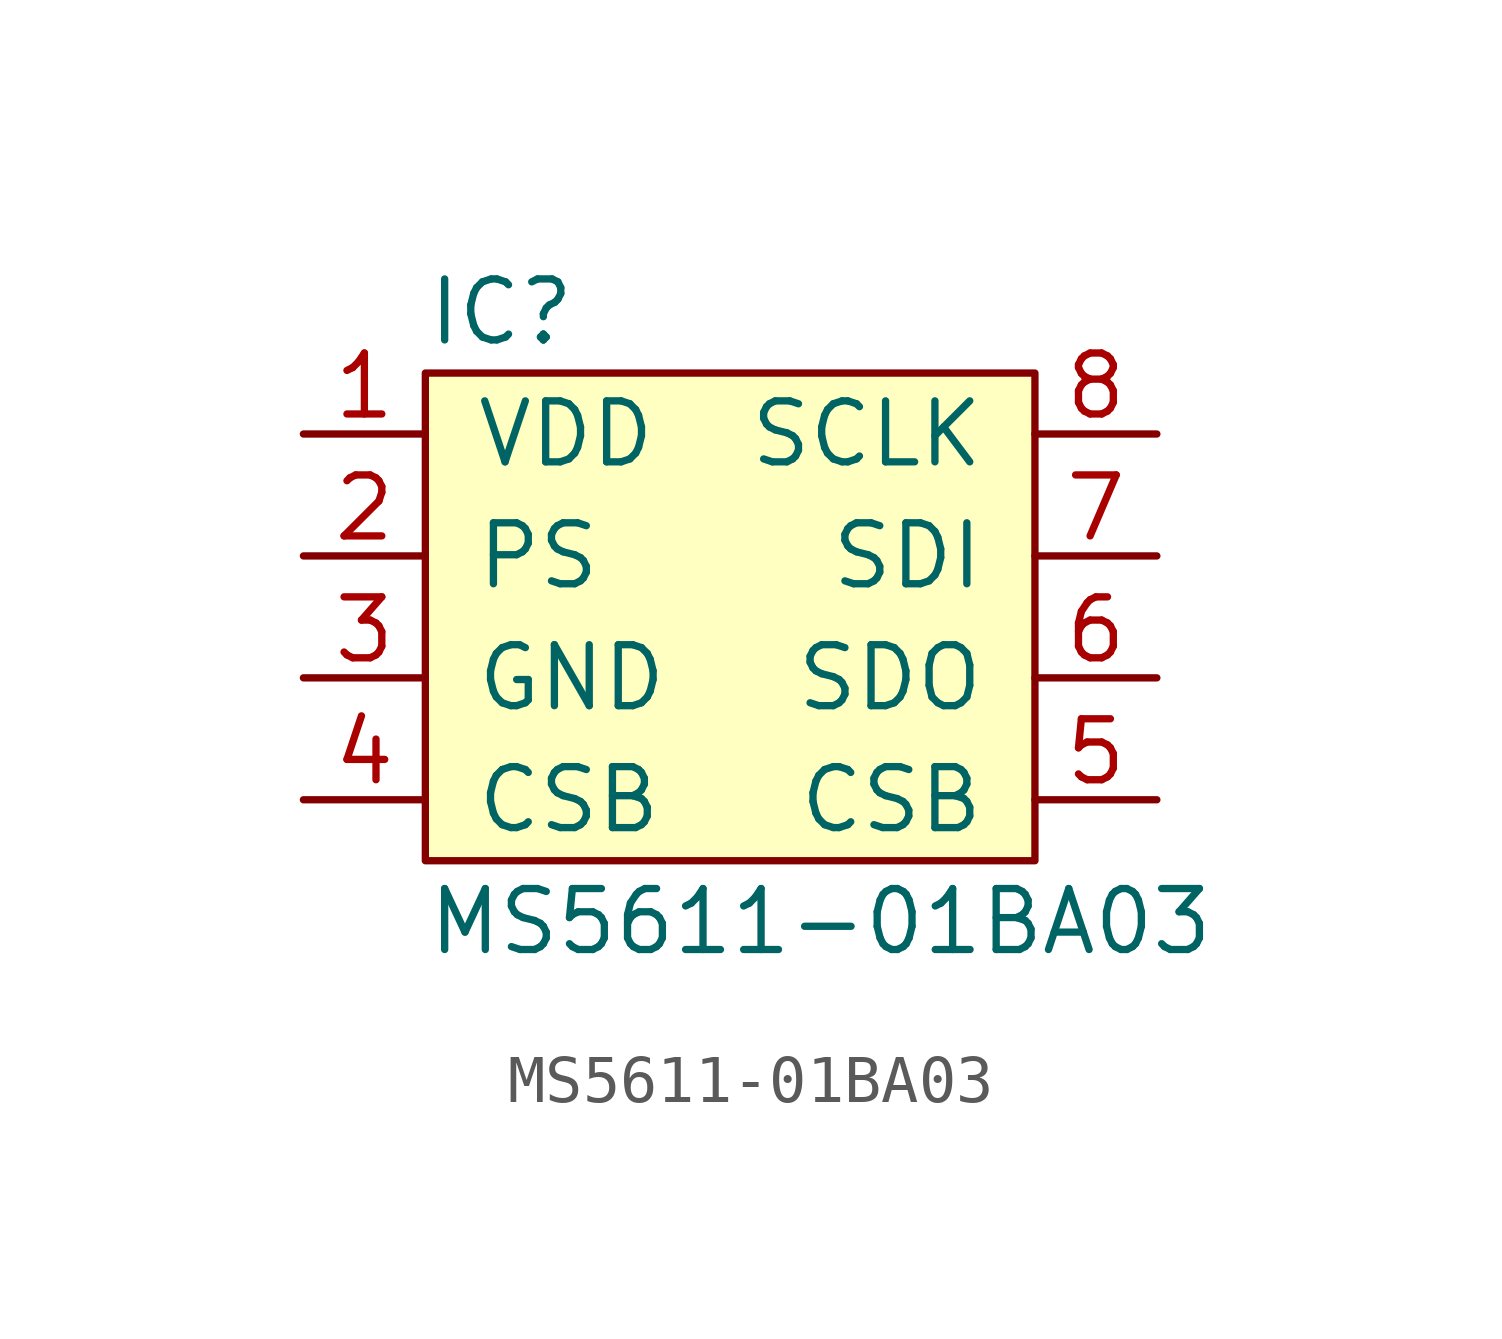
<source format=kicad_sym>
(kicad_symbol_lib
  (version 20211014)
  (generator kicad_symbol_editor)
  (symbol "MS5611-01BA03"
    (pin_names
      (offset 1.016))
    (property "Reference" "IC"
      (at -5.08 5.08 0)
      (effects (font (size 1.27 1.27)) (justify left)))
    (property "Value" "MS5611-01BA03"
      (at -5.08 -7.62 0)
      (effects (font (size 1.27 1.27)) (justify left)))
    (symbol "MS5611-01BA03_0_1"
      (rectangle (start -5.08 3.81) (end 7.62 -6.35) (stroke (width 0) (type default) (color 0 0 0 0)) (fill (type background))))
    (symbol "MS5611-01BA03_1_1"
      (pin power_in line (at -7.62 2.54 0) (length 2.54) (name "VDD" (effects (font (size 1.27 1.27)))) (number "1" (effects (font (size 1.27 1.27)))))
      (pin input line (at -7.62 0 0) (length 2.54) (name "PS" (effects (font (size 1.27 1.27)))) (number "2" (effects (font (size 1.27 1.27)))))
      (pin power_in line (at -7.62 -2.54 0) (length 2.54) (name "GND" (effects (font (size 1.27 1.27)))) (number "3" (effects (font (size 1.27 1.27)))))
      (pin input line (at -7.62 -5.08 0) (length 2.54) (name "CSB" (effects (font (size 1.27 1.27)))) (number "4" (effects (font (size 1.27 1.27)))))
      (pin input line (at 10.16 -5.08 180) (length 2.54) (name "CSB" (effects (font (size 1.27 1.27)))) (number "5" (effects (font (size 1.27 1.27)))))
      (pin output line (at 10.16 -2.54 180) (length 2.54) (name "SDO" (effects (font (size 1.27 1.27)))) (number "6" (effects (font (size 1.27 1.27)))))
      (pin input line (at 10.16 0 180) (length 2.54) (name "SDI" (effects (font (size 1.27 1.27)))) (number "7" (effects (font (size 1.27 1.27)))))
      (pin input line (at 10.16 2.54 180) (length 2.54) (name "SCLK" (effects (font (size 1.27 1.27)))) (number "8" (effects (font (size 1.27 1.27))))))))
</source>
